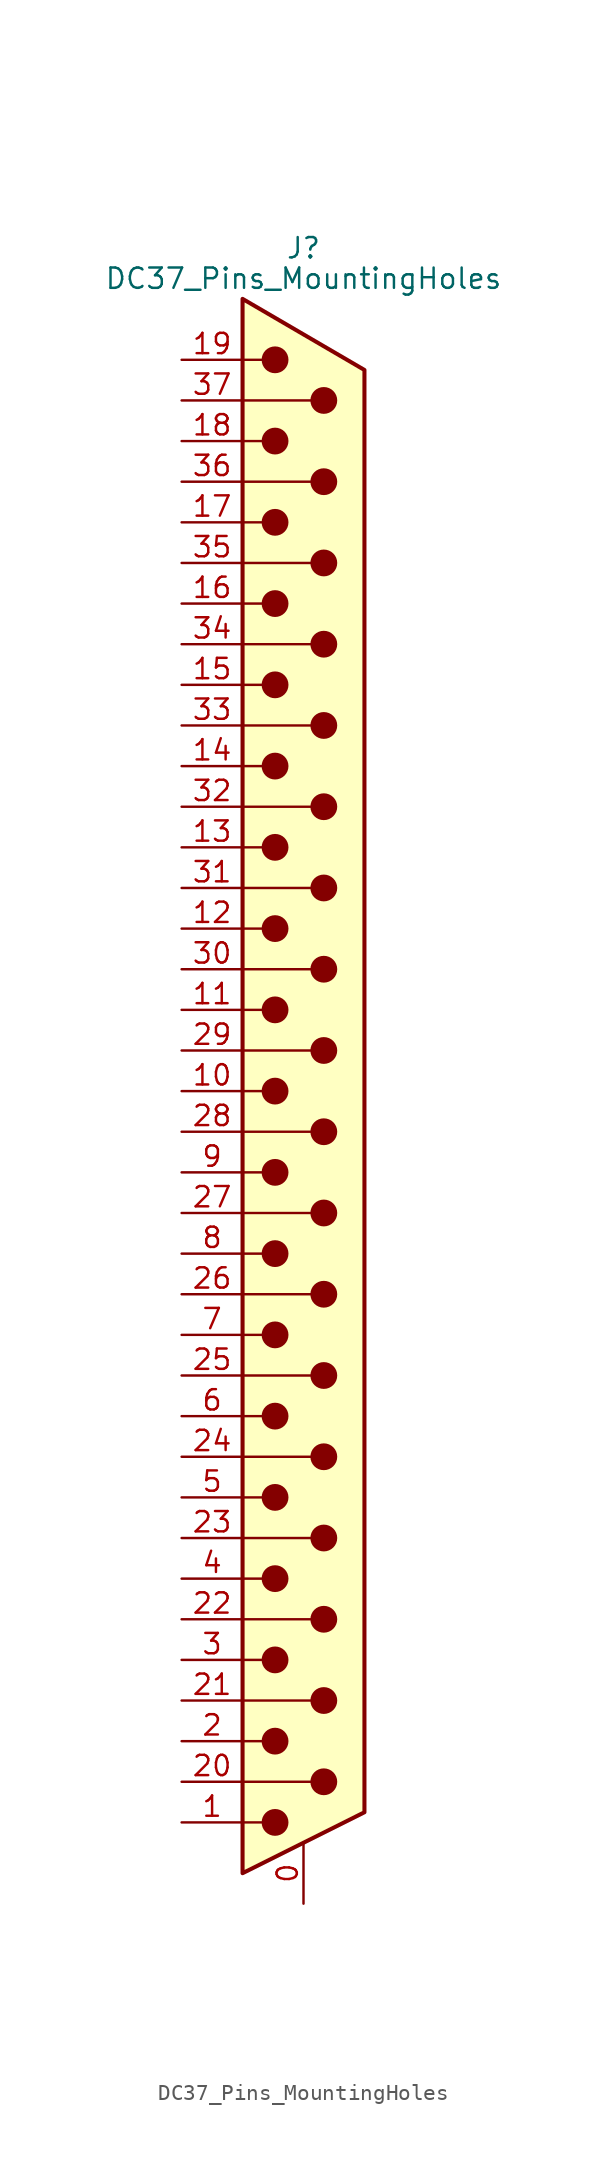
<source format=kicad_sym>
(kicad_symbol_lib
  (version 20241209)
  (generator "kicad_symbol_editor")
  (generator_version "9.0")
  (symbol "DC37_Pins_MountingHoles"
    (pin_names
      (offset 1.016)
      (hide yes))
    (property "Reference" "J"
      (at 0 52.705 0)
      (effects (font (size 1.27 1.27))))
    (property "Value" "DC37_Pins_MountingHoles"
      (at 0 50.8 0)
      (effects (font (size 1.27 1.27))))
    (symbol "DC37_Pins_MountingHoles_0_1"
      (polyline (pts (xy -3.81 49.53) (xy 3.81 45.085) (xy 3.81 -45.085) (xy -3.81 -48.895) (xy -3.81 49.53)) (stroke (width 0.254) (type default)) (fill (type background)))
      (polyline (pts (xy -3.81 45.72) (xy -2.54 45.72)) (stroke (width 0) (type default)) (fill (type none)))
      (polyline (pts (xy -3.81 43.18) (xy 0.508 43.18)) (stroke (width 0) (type default)) (fill (type none)))
      (polyline (pts (xy -3.81 40.64) (xy -2.54 40.64)) (stroke (width 0) (type default)) (fill (type none)))
      (polyline (pts (xy -3.81 38.1) (xy 0.508 38.1)) (stroke (width 0) (type default)) (fill (type none)))
      (polyline (pts (xy -3.81 35.56) (xy -2.54 35.56)) (stroke (width 0) (type default)) (fill (type none)))
      (polyline (pts (xy -3.81 33.02) (xy 0.508 33.02)) (stroke (width 0) (type default)) (fill (type none)))
      (polyline (pts (xy -3.81 30.48) (xy -2.54 30.48)) (stroke (width 0) (type default)) (fill (type none)))
      (polyline (pts (xy -3.81 27.94) (xy 0.508 27.94)) (stroke (width 0) (type default)) (fill (type none)))
      (polyline (pts (xy -3.81 25.4) (xy -2.54 25.4)) (stroke (width 0) (type default)) (fill (type none)))
      (polyline (pts (xy -3.81 22.86) (xy 0.508 22.86)) (stroke (width 0) (type default)) (fill (type none)))
      (polyline (pts (xy -3.81 20.32) (xy -2.54 20.32)) (stroke (width 0) (type default)) (fill (type none)))
      (polyline (pts (xy -3.81 17.78) (xy 0.508 17.78)) (stroke (width 0) (type default)) (fill (type none)))
      (polyline (pts (xy -3.81 15.24) (xy -2.54 15.24)) (stroke (width 0) (type default)) (fill (type none)))
      (polyline (pts (xy -3.81 12.7) (xy 0.508 12.7)) (stroke (width 0) (type default)) (fill (type none)))
      (polyline (pts (xy -3.81 10.16) (xy -2.54 10.16)) (stroke (width 0) (type default)) (fill (type none)))
      (polyline (pts (xy -3.81 7.62) (xy 0.508 7.62)) (stroke (width 0) (type default)) (fill (type none)))
      (polyline (pts (xy -3.81 5.08) (xy -2.54 5.08)) (stroke (width 0) (type default)) (fill (type none)))
      (polyline (pts (xy -3.81 2.54) (xy 0.508 2.54)) (stroke (width 0) (type default)) (fill (type none)))
      (polyline (pts (xy -3.81 0) (xy -2.54 0)) (stroke (width 0) (type default)) (fill (type none)))
      (polyline (pts (xy -3.81 -2.54) (xy 0.508 -2.54)) (stroke (width 0) (type default)) (fill (type none)))
      (polyline (pts (xy -3.81 -5.08) (xy -2.54 -5.08)) (stroke (width 0) (type default)) (fill (type none)))
      (polyline (pts (xy -3.81 -7.62) (xy 0.508 -7.62)) (stroke (width 0) (type default)) (fill (type none)))
      (polyline (pts (xy -3.81 -10.16) (xy -2.54 -10.16)) (stroke (width 0) (type default)) (fill (type none)))
      (polyline (pts (xy -3.81 -12.7) (xy 0.508 -12.7)) (stroke (width 0) (type default)) (fill (type none)))
      (polyline (pts (xy -3.81 -15.24) (xy -2.54 -15.24)) (stroke (width 0) (type default)) (fill (type none)))
      (polyline (pts (xy -3.81 -17.78) (xy 0.508 -17.78)) (stroke (width 0) (type default)) (fill (type none)))
      (polyline (pts (xy -3.81 -20.32) (xy -2.54 -20.32)) (stroke (width 0) (type default)) (fill (type none)))
      (polyline (pts (xy -3.81 -22.86) (xy 0.508 -22.86)) (stroke (width 0) (type default)) (fill (type none)))
      (polyline (pts (xy -3.81 -25.4) (xy -2.54 -25.4)) (stroke (width 0) (type default)) (fill (type none)))
      (polyline (pts (xy -3.81 -27.94) (xy 0.508 -27.94)) (stroke (width 0) (type default)) (fill (type none)))
      (polyline (pts (xy -3.81 -30.48) (xy -2.54 -30.48)) (stroke (width 0) (type default)) (fill (type none)))
      (polyline (pts (xy -3.81 -33.02) (xy 0.508 -33.02)) (stroke (width 0) (type default)) (fill (type none)))
      (polyline (pts (xy -3.81 -35.56) (xy -2.54 -35.56)) (stroke (width 0) (type default)) (fill (type none)))
      (polyline (pts (xy -3.81 -38.1) (xy 0.508 -38.1)) (stroke (width 0) (type default)) (fill (type none)))
      (polyline (pts (xy -3.81 -40.64) (xy -2.54 -40.64)) (stroke (width 0) (type default)) (fill (type none)))
      (polyline (pts (xy -3.81 -43.18) (xy 0.508 -43.18)) (stroke (width 0) (type default)) (fill (type none)))
      (polyline (pts (xy -3.81 -45.72) (xy -2.54 -45.72)) (stroke (width 0) (type default)) (fill (type none)))
      (circle (center -1.778 45.72) (radius 0.762) (stroke (width 0) (type default)) (fill (type outline)))
      (circle (center -1.778 40.64) (radius 0.762) (stroke (width 0) (type default)) (fill (type outline)))
      (circle (center -1.778 35.56) (radius 0.762) (stroke (width 0) (type default)) (fill (type outline)))
      (circle (center -1.778 30.48) (radius 0.762) (stroke (width 0) (type default)) (fill (type outline)))
      (circle (center -1.778 25.4) (radius 0.762) (stroke (width 0) (type default)) (fill (type outline)))
      (circle (center -1.778 20.32) (radius 0.762) (stroke (width 0) (type default)) (fill (type outline)))
      (circle (center -1.778 15.24) (radius 0.762) (stroke (width 0) (type default)) (fill (type outline)))
      (circle (center -1.778 10.16) (radius 0.762) (stroke (width 0) (type default)) (fill (type outline)))
      (circle (center -1.778 5.08) (radius 0.762) (stroke (width 0) (type default)) (fill (type outline)))
      (circle (center -1.778 0) (radius 0.762) (stroke (width 0) (type default)) (fill (type outline)))
      (circle (center -1.778 -5.08) (radius 0.762) (stroke (width 0) (type default)) (fill (type outline)))
      (circle (center -1.778 -10.16) (radius 0.762) (stroke (width 0) (type default)) (fill (type outline)))
      (circle (center -1.778 -15.24) (radius 0.762) (stroke (width 0) (type default)) (fill (type outline)))
      (circle (center -1.778 -20.32) (radius 0.762) (stroke (width 0) (type default)) (fill (type outline)))
      (circle (center -1.778 -25.4) (radius 0.762) (stroke (width 0) (type default)) (fill (type outline)))
      (circle (center -1.778 -30.48) (radius 0.762) (stroke (width 0) (type default)) (fill (type outline)))
      (circle (center -1.778 -35.56) (radius 0.762) (stroke (width 0) (type default)) (fill (type outline)))
      (circle (center -1.778 -40.64) (radius 0.762) (stroke (width 0) (type default)) (fill (type outline)))
      (circle (center -1.778 -45.72) (radius 0.762) (stroke (width 0) (type default)) (fill (type outline)))
      (circle (center 1.27 43.18) (radius 0.762) (stroke (width 0) (type default)) (fill (type outline)))
      (circle (center 1.27 38.1) (radius 0.762) (stroke (width 0) (type default)) (fill (type outline)))
      (circle (center 1.27 33.02) (radius 0.762) (stroke (width 0) (type default)) (fill (type outline)))
      (circle (center 1.27 27.94) (radius 0.762) (stroke (width 0) (type default)) (fill (type outline)))
      (circle (center 1.27 22.86) (radius 0.762) (stroke (width 0) (type default)) (fill (type outline)))
      (circle (center 1.27 17.78) (radius 0.762) (stroke (width 0) (type default)) (fill (type outline)))
      (circle (center 1.27 12.7) (radius 0.762) (stroke (width 0) (type default)) (fill (type outline)))
      (circle (center 1.27 7.62) (radius 0.762) (stroke (width 0) (type default)) (fill (type outline)))
      (circle (center 1.27 2.54) (radius 0.762) (stroke (width 0) (type default)) (fill (type outline)))
      (circle (center 1.27 -2.54) (radius 0.762) (stroke (width 0) (type default)) (fill (type outline)))
      (circle (center 1.27 -7.62) (radius 0.762) (stroke (width 0) (type default)) (fill (type outline)))
      (circle (center 1.27 -12.7) (radius 0.762) (stroke (width 0) (type default)) (fill (type outline)))
      (circle (center 1.27 -17.78) (radius 0.762) (stroke (width 0) (type default)) (fill (type outline)))
      (circle (center 1.27 -22.86) (radius 0.762) (stroke (width 0) (type default)) (fill (type outline)))
      (circle (center 1.27 -27.94) (radius 0.762) (stroke (width 0) (type default)) (fill (type outline)))
      (circle (center 1.27 -33.02) (radius 0.762) (stroke (width 0) (type default)) (fill (type outline)))
      (circle (center 1.27 -38.1) (radius 0.762) (stroke (width 0) (type default)) (fill (type outline)))
      (circle (center 1.27 -43.18) (radius 0.762) (stroke (width 0) (type default)) (fill (type outline))))
    (symbol "DC37_Pins_MountingHoles_1_1"
      (pin passive line (at -7.62 45.72 0) (length 3.81) (name "19" (effects (font (size 1.27 1.27)))) (number "19" (effects (font (size 1.27 1.27)))))
      (pin passive line (at -7.62 43.18 0) (length 3.81) (name "37" (effects (font (size 1.27 1.27)))) (number "37" (effects (font (size 1.27 1.27)))))
      (pin passive line (at -7.62 40.64 0) (length 3.81) (name "18" (effects (font (size 1.27 1.27)))) (number "18" (effects (font (size 1.27 1.27)))))
      (pin passive line (at -7.62 38.1 0) (length 3.81) (name "36" (effects (font (size 1.27 1.27)))) (number "36" (effects (font (size 1.27 1.27)))))
      (pin passive line (at -7.62 35.56 0) (length 3.81) (name "17" (effects (font (size 1.27 1.27)))) (number "17" (effects (font (size 1.27 1.27)))))
      (pin passive line (at -7.62 33.02 0) (length 3.81) (name "35" (effects (font (size 1.27 1.27)))) (number "35" (effects (font (size 1.27 1.27)))))
      (pin passive line (at -7.62 30.48 0) (length 3.81) (name "16" (effects (font (size 1.27 1.27)))) (number "16" (effects (font (size 1.27 1.27)))))
      (pin passive line (at -7.62 27.94 0) (length 3.81) (name "34" (effects (font (size 1.27 1.27)))) (number "34" (effects (font (size 1.27 1.27)))))
      (pin passive line (at -7.62 25.4 0) (length 3.81) (name "15" (effects (font (size 1.27 1.27)))) (number "15" (effects (font (size 1.27 1.27)))))
      (pin passive line (at -7.62 22.86 0) (length 3.81) (name "33" (effects (font (size 1.27 1.27)))) (number "33" (effects (font (size 1.27 1.27)))))
      (pin passive line (at -7.62 20.32 0) (length 3.81) (name "14" (effects (font (size 1.27 1.27)))) (number "14" (effects (font (size 1.27 1.27)))))
      (pin passive line (at -7.62 17.78 0) (length 3.81) (name "32" (effects (font (size 1.27 1.27)))) (number "32" (effects (font (size 1.27 1.27)))))
      (pin passive line (at -7.62 15.24 0) (length 3.81) (name "13" (effects (font (size 1.27 1.27)))) (number "13" (effects (font (size 1.27 1.27)))))
      (pin passive line (at -7.62 12.7 0) (length 3.81) (name "31" (effects (font (size 1.27 1.27)))) (number "31" (effects (font (size 1.27 1.27)))))
      (pin passive line (at -7.62 10.16 0) (length 3.81) (name "12" (effects (font (size 1.27 1.27)))) (number "12" (effects (font (size 1.27 1.27)))))
      (pin passive line (at -7.62 7.62 0) (length 3.81) (name "30" (effects (font (size 1.27 1.27)))) (number "30" (effects (font (size 1.27 1.27)))))
      (pin passive line (at -7.62 5.08 0) (length 3.81) (name "11" (effects (font (size 1.27 1.27)))) (number "11" (effects (font (size 1.27 1.27)))))
      (pin passive line (at -7.62 2.54 0) (length 3.81) (name "29" (effects (font (size 1.27 1.27)))) (number "29" (effects (font (size 1.27 1.27)))))
      (pin passive line (at -7.62 0 0) (length 3.81) (name "10" (effects (font (size 1.27 1.27)))) (number "10" (effects (font (size 1.27 1.27)))))
      (pin passive line (at -7.62 -2.54 0) (length 3.81) (name "28" (effects (font (size 1.27 1.27)))) (number "28" (effects (font (size 1.27 1.27)))))
      (pin passive line (at -7.62 -5.08 0) (length 3.81) (name "9" (effects (font (size 1.27 1.27)))) (number "9" (effects (font (size 1.27 1.27)))))
      (pin passive line (at -7.62 -7.62 0) (length 3.81) (name "27" (effects (font (size 1.27 1.27)))) (number "27" (effects (font (size 1.27 1.27)))))
      (pin passive line (at -7.62 -10.16 0) (length 3.81) (name "8" (effects (font (size 1.27 1.27)))) (number "8" (effects (font (size 1.27 1.27)))))
      (pin passive line (at -7.62 -12.7 0) (length 3.81) (name "26" (effects (font (size 1.27 1.27)))) (number "26" (effects (font (size 1.27 1.27)))))
      (pin passive line (at -7.62 -15.24 0) (length 3.81) (name "7" (effects (font (size 1.27 1.27)))) (number "7" (effects (font (size 1.27 1.27)))))
      (pin passive line (at -7.62 -17.78 0) (length 3.81) (name "25" (effects (font (size 1.27 1.27)))) (number "25" (effects (font (size 1.27 1.27)))))
      (pin passive line (at -7.62 -20.32 0) (length 3.81) (name "6" (effects (font (size 1.27 1.27)))) (number "6" (effects (font (size 1.27 1.27)))))
      (pin passive line (at -7.62 -22.86 0) (length 3.81) (name "24" (effects (font (size 1.27 1.27)))) (number "24" (effects (font (size 1.27 1.27)))))
      (pin passive line (at -7.62 -25.4 0) (length 3.81) (name "5" (effects (font (size 1.27 1.27)))) (number "5" (effects (font (size 1.27 1.27)))))
      (pin passive line (at -7.62 -27.94 0) (length 3.81) (name "23" (effects (font (size 1.27 1.27)))) (number "23" (effects (font (size 1.27 1.27)))))
      (pin passive line (at -7.62 -30.48 0) (length 3.81) (name "4" (effects (font (size 1.27 1.27)))) (number "4" (effects (font (size 1.27 1.27)))))
      (pin passive line (at -7.62 -33.02 0) (length 3.81) (name "22" (effects (font (size 1.27 1.27)))) (number "22" (effects (font (size 1.27 1.27)))))
      (pin passive line (at -7.62 -35.56 0) (length 3.81) (name "3" (effects (font (size 1.27 1.27)))) (number "3" (effects (font (size 1.27 1.27)))))
      (pin passive line (at -7.62 -38.1 0) (length 3.81) (name "21" (effects (font (size 1.27 1.27)))) (number "21" (effects (font (size 1.27 1.27)))))
      (pin passive line (at -7.62 -40.64 0) (length 3.81) (name "2" (effects (font (size 1.27 1.27)))) (number "2" (effects (font (size 1.27 1.27)))))
      (pin passive line (at -7.62 -43.18 0) (length 3.81) (name "20" (effects (font (size 1.27 1.27)))) (number "20" (effects (font (size 1.27 1.27)))))
      (pin passive line (at -7.62 -45.72 0) (length 3.81) (name "1" (effects (font (size 1.27 1.27)))) (number "1" (effects (font (size 1.27 1.27)))))
      (pin passive line (at 0 -50.8 90) (length 3.81) (name "PAD" (effects (font (size 1.27 1.27)))) (number "0" (effects (font (size 1.27 1.27))))))))
</source>
